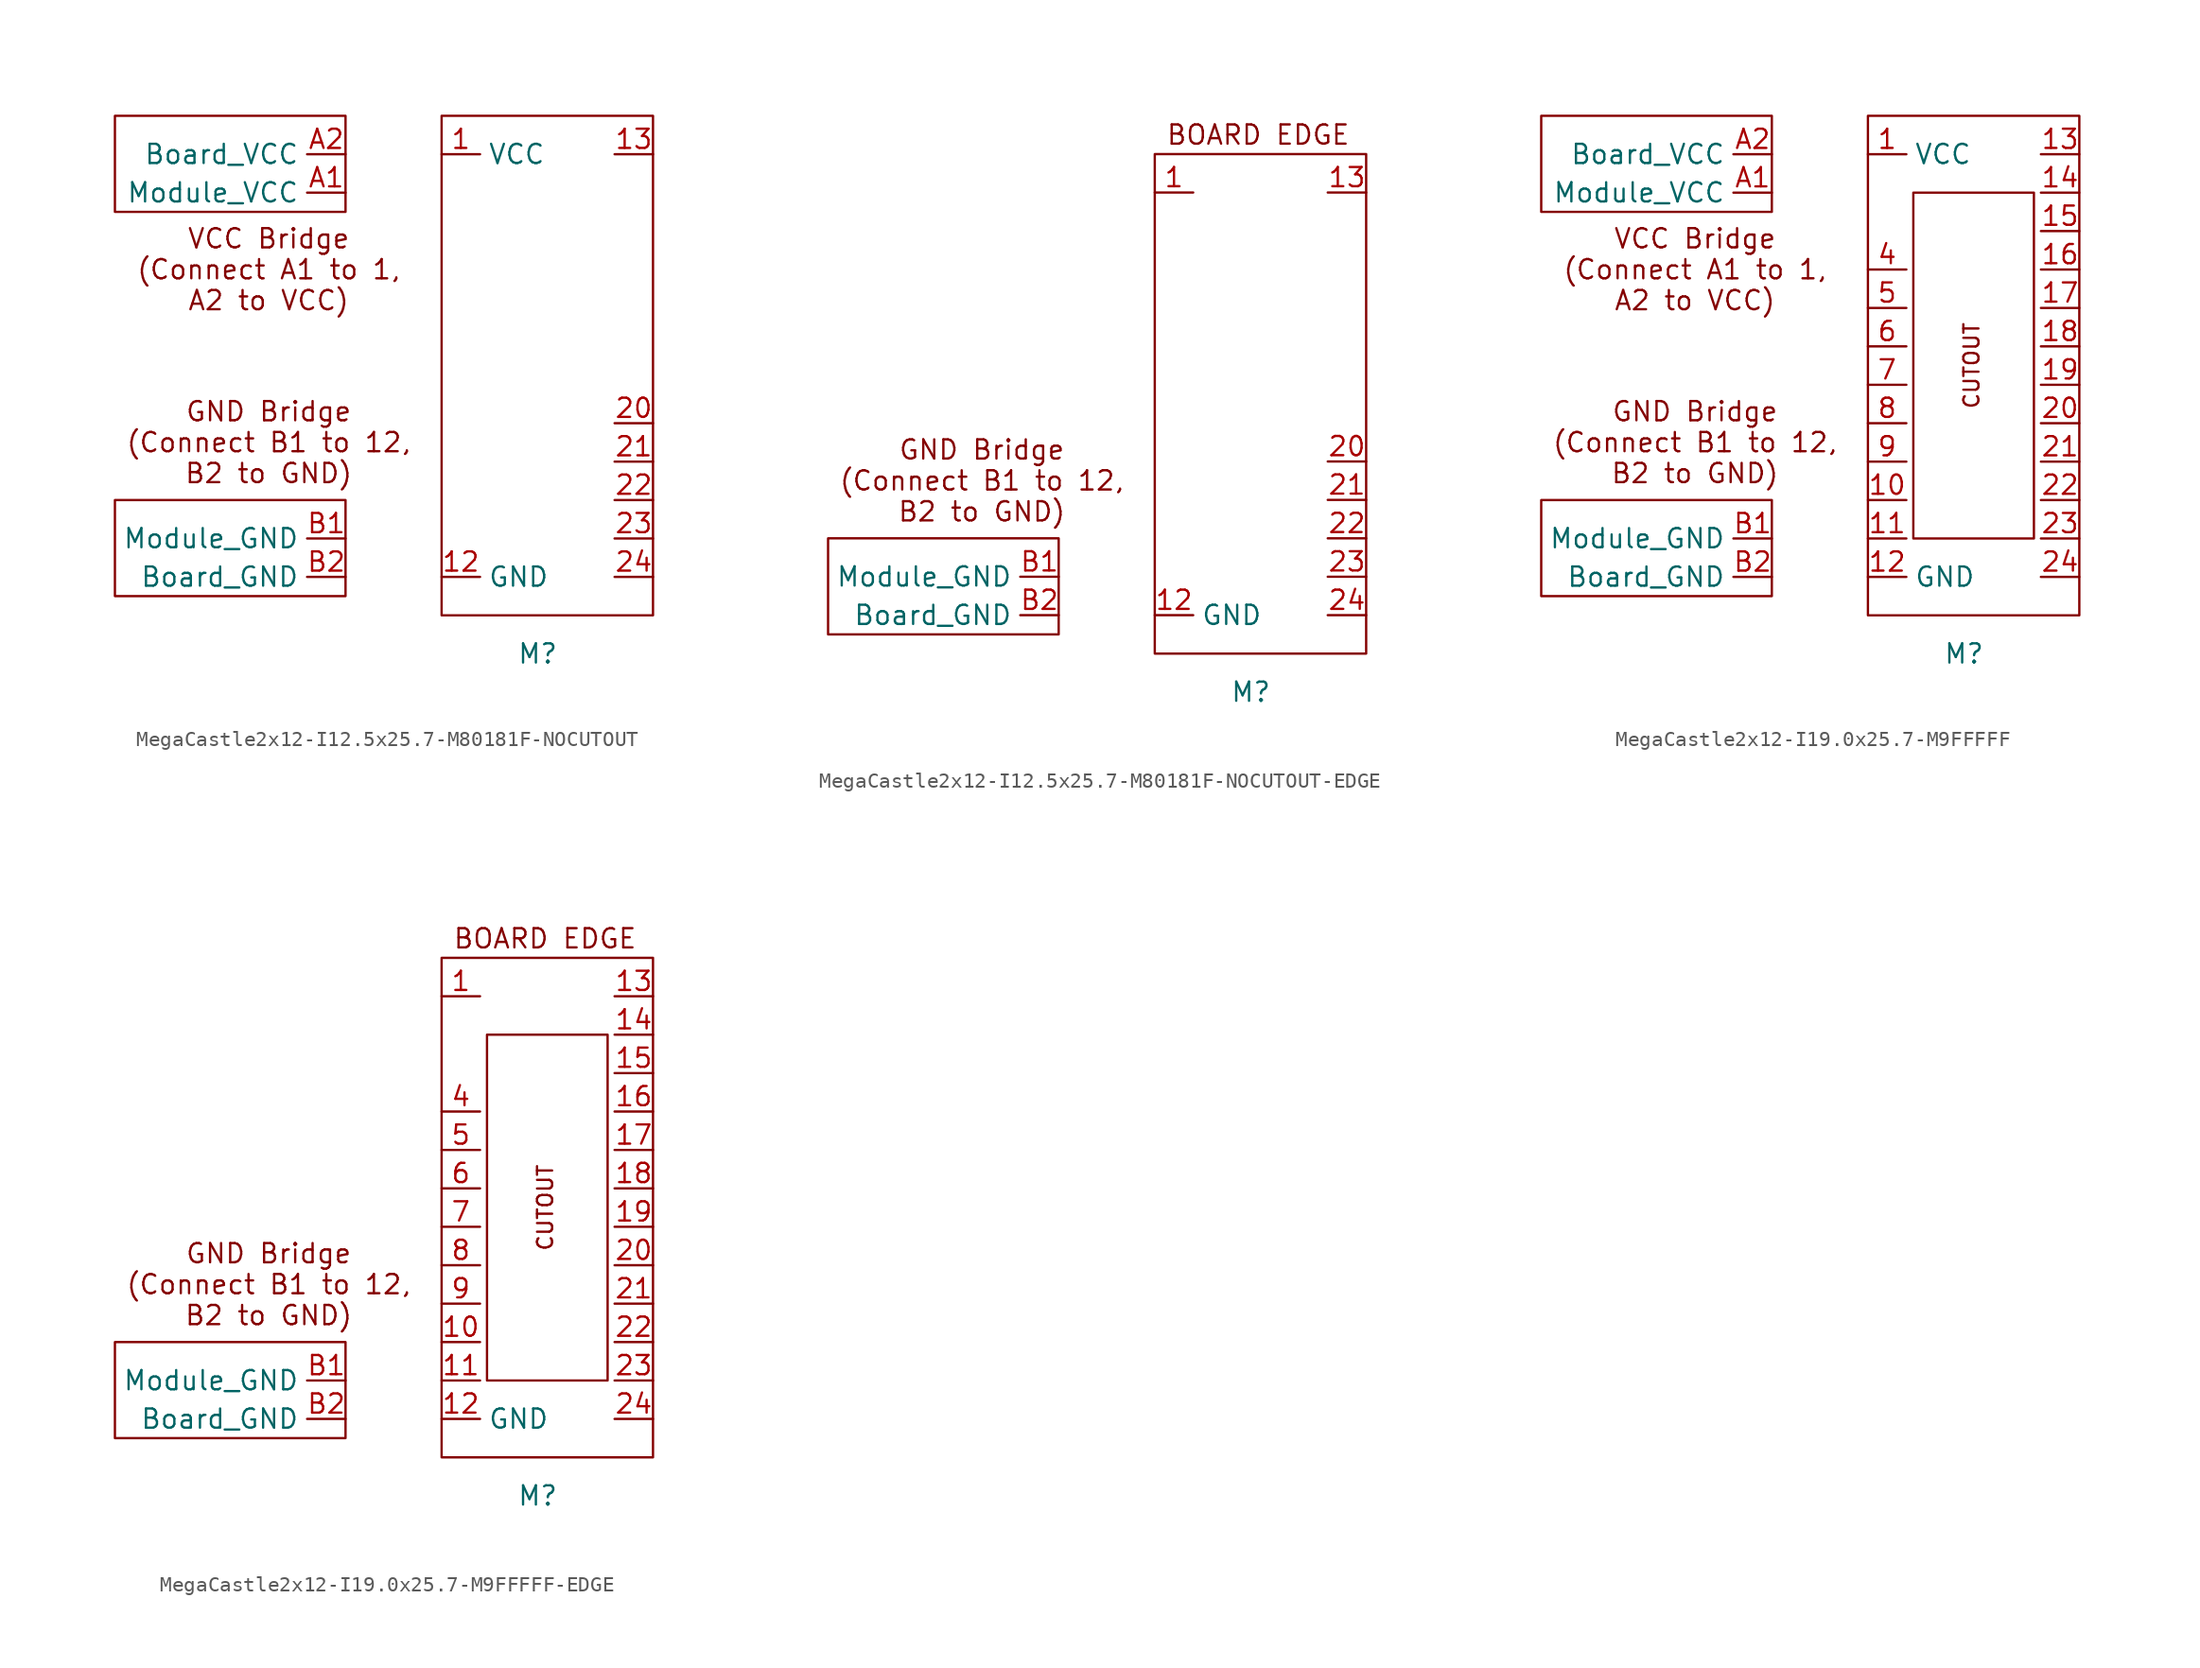
<source format=kicad_sym>
(kicad_symbol_lib
  (version 20241209)
  (generator "kicad_symbol_editor")
  (generator_version "9.0")
  (symbol "MegaCastle2x12-I12.5x25.7-M80181F-NOCUTOUT"
    (property "Reference" "M"
      (at 0 -19.05 0)
      (effects (font (size 1.27 1.27))))
    (property "Value" ""
      (at 0 5.08 0)
      (effects (font (size 1.27 1.27))))
    (symbol "MegaCastle2x12-I12.5x25.7-M80181F-NOCUTOUT_0_1"
      (rectangle (start -27.94 16.51) (end -12.7 10.16) (stroke (width 0) (type default)) (fill (type none)))
      (rectangle (start -27.94 -8.89) (end -12.7 -15.24) (stroke (width 0) (type default)) (fill (type none)))
      (rectangle (start -6.35 16.51) (end 7.62 -16.51) (stroke (width 0) (type default)) (fill (type none))))
    (symbol "MegaCastle2x12-I12.5x25.7-M80181F-NOCUTOUT_1_1"
      (text "VCC Bridge\n(Connect A1 to 1,\nA2 to VCC)" (at -17.78 6.35 0) (effects (font (size 1.27 1.27))))
      (text "GND Bridge\n(Connect B1 to 12,\nB2 to GND)" (at -17.78 -5.08 0) (effects (font (size 1.27 1.27))))
      (pin bidirectional line (at -12.7 13.97 180) (length 2.54) (name "Board_VCC" (effects (font (size 1.27 1.27)))) (number "A2" (effects (font (size 1.27 1.27)))))
      (pin bidirectional line (at -12.7 11.43 180) (length 2.54) (name "Module_VCC" (effects (font (size 1.27 1.27)))) (number "A1" (effects (font (size 1.27 1.27)))))
      (pin bidirectional line (at -12.7 -11.43 180) (length 2.54) (name "Module_GND" (effects (font (size 1.27 1.27)))) (number "B1" (effects (font (size 1.27 1.27)))))
      (pin bidirectional line (at -12.7 -13.97 180) (length 2.54) (name "Board_GND" (effects (font (size 1.27 1.27)))) (number "B2" (effects (font (size 1.27 1.27)))))
      (pin bidirectional line (at -6.35 13.97 0) (length 2.54) (name "VCC" (effects (font (size 1.27 1.27)))) (number "1" (effects (font (size 1.27 1.27)))))
      (pin bidirectional line (at -6.35 -13.97 0) (length 2.54) (name "GND" (effects (font (size 1.27 1.27)))) (number "12" (effects (font (size 1.27 1.27)))))
      (pin bidirectional line (at 7.62 13.97 180) (length 2.54) (name "" (effects (font (size 1.27 1.27)))) (number "13" (effects (font (size 1.27 1.27)))))
      (pin bidirectional line (at 7.62 -3.81 180) (length 2.54) (name "" (effects (font (size 1.27 1.27)))) (number "20" (effects (font (size 1.27 1.27)))))
      (pin bidirectional line (at 7.62 -6.35 180) (length 2.54) (name "" (effects (font (size 1.27 1.27)))) (number "21" (effects (font (size 1.27 1.27)))))
      (pin bidirectional line (at 7.62 -8.89 180) (length 2.54) (name "" (effects (font (size 1.27 1.27)))) (number "22" (effects (font (size 1.27 1.27)))))
      (pin bidirectional line (at 7.62 -11.43 180) (length 2.54) (name "" (effects (font (size 1.27 1.27)))) (number "23" (effects (font (size 1.27 1.27)))))
      (pin bidirectional line (at 7.62 -13.97 180) (length 2.54) (name "" (effects (font (size 1.27 1.27)))) (number "24" (effects (font (size 1.27 1.27)))))))
  (symbol "MegaCastle2x12-I12.5x25.7-M80181F-NOCUTOUT-EDGE"
    (property "Reference" "M"
      (at 0 -19.05 0)
      (effects (font (size 1.27 1.27))))
    (property "Value" ""
      (at 0 5.08 0)
      (effects (font (size 1.27 1.27))))
    (symbol "MegaCastle2x12-I12.5x25.7-M80181F-NOCUTOUT-EDGE_0_1"
      (rectangle (start -27.94 -8.89) (end -12.7 -15.24) (stroke (width 0) (type default)) (fill (type none)))
      (rectangle (start -6.35 16.51) (end 7.62 -16.51) (stroke (width 0) (type default)) (fill (type none))))
    (symbol "MegaCastle2x12-I12.5x25.7-M80181F-NOCUTOUT-EDGE_1_1"
      (text "GND Bridge\n(Connect B1 to 12,\nB2 to GND)" (at -17.78 -5.08 0) (effects (font (size 1.27 1.27))))
      (text " BOARD EDGE" (at 0 17.78 0) (effects (font (size 1.27 1.27))))
      (pin bidirectional line (at -12.7 -11.43 180) (length 2.54) (name "Module_GND" (effects (font (size 1.27 1.27)))) (number "B1" (effects (font (size 1.27 1.27)))))
      (pin bidirectional line (at -12.7 -13.97 180) (length 2.54) (name "Board_GND" (effects (font (size 1.27 1.27)))) (number "B2" (effects (font (size 1.27 1.27)))))
      (pin bidirectional line (at -6.35 13.97 0) (length 2.54) (name "" (effects (font (size 1.27 1.27)))) (number "1" (effects (font (size 1.27 1.27)))))
      (pin bidirectional line (at -6.35 -13.97 0) (length 2.54) (name "GND" (effects (font (size 1.27 1.27)))) (number "12" (effects (font (size 1.27 1.27)))))
      (pin bidirectional line (at 7.62 13.97 180) (length 2.54) (name "" (effects (font (size 1.27 1.27)))) (number "13" (effects (font (size 1.27 1.27)))))
      (pin bidirectional line (at 7.62 -3.81 180) (length 2.54) (name "" (effects (font (size 1.27 1.27)))) (number "20" (effects (font (size 1.27 1.27)))))
      (pin bidirectional line (at 7.62 -6.35 180) (length 2.54) (name "" (effects (font (size 1.27 1.27)))) (number "21" (effects (font (size 1.27 1.27)))))
      (pin bidirectional line (at 7.62 -8.89 180) (length 2.54) (name "" (effects (font (size 1.27 1.27)))) (number "22" (effects (font (size 1.27 1.27)))))
      (pin bidirectional line (at 7.62 -11.43 180) (length 2.54) (name "" (effects (font (size 1.27 1.27)))) (number "23" (effects (font (size 1.27 1.27)))))
      (pin bidirectional line (at 7.62 -13.97 180) (length 2.54) (name "" (effects (font (size 1.27 1.27)))) (number "24" (effects (font (size 1.27 1.27)))))))
  (symbol "MegaCastle2x12-I19.0x25.7-M9FFFFF"
    (property "Reference" "M"
      (at 0 -19.05 0)
      (effects (font (size 1.27 1.27))))
    (property "Value" ""
      (at 0 5.08 0)
      (effects (font (size 1.27 1.27))))
    (symbol "MegaCastle2x12-I19.0x25.7-M9FFFFF_0_1"
      (rectangle (start -27.94 16.51) (end -12.7 10.16) (stroke (width 0) (type default)) (fill (type none)))
      (rectangle (start -27.94 -8.89) (end -12.7 -15.24) (stroke (width 0) (type default)) (fill (type none)))
      (rectangle (start -6.35 16.51) (end 7.62 -16.51) (stroke (width 0) (type default)) (fill (type none)))
      (rectangle (start -3.35 11.43) (end 4.62 -11.43) (stroke (width 0) (type default)) (fill (type none))))
    (symbol "MegaCastle2x12-I19.0x25.7-M9FFFFF_1_1"
      (text "VCC Bridge\n(Connect A1 to 1,\nA2 to VCC)" (at -17.78 6.35 0) (effects (font (size 1.27 1.27))))
      (text "GND Bridge\n(Connect B1 to 12,\nB2 to GND)" (at -17.78 -5.08 0) (effects (font (size 1.27 1.27))))
      (text "CUTOUT" (at 0.5 0 900) (effects (font (size 1 1))))
      (pin bidirectional line (at -12.7 13.97 180) (length 2.54) (name "Board_VCC" (effects (font (size 1.27 1.27)))) (number "A2" (effects (font (size 1.27 1.27)))))
      (pin bidirectional line (at -12.7 11.43 180) (length 2.54) (name "Module_VCC" (effects (font (size 1.27 1.27)))) (number "A1" (effects (font (size 1.27 1.27)))))
      (pin bidirectional line (at -12.7 -11.43 180) (length 2.54) (name "Module_GND" (effects (font (size 1.27 1.27)))) (number "B1" (effects (font (size 1.27 1.27)))))
      (pin bidirectional line (at -12.7 -13.97 180) (length 2.54) (name "Board_GND" (effects (font (size 1.27 1.27)))) (number "B2" (effects (font (size 1.27 1.27)))))
      (pin bidirectional line (at -6.35 13.97 0) (length 2.54) (name "VCC" (effects (font (size 1.27 1.27)))) (number "1" (effects (font (size 1.27 1.27)))))
      (pin bidirectional line (at -6.35 6.35 0) (length 2.54) (name "" (effects (font (size 1.27 1.27)))) (number "4" (effects (font (size 1.27 1.27)))))
      (pin bidirectional line (at -6.35 3.81 0) (length 2.54) (name "" (effects (font (size 1.27 1.27)))) (number "5" (effects (font (size 1.27 1.27)))))
      (pin bidirectional line (at -6.35 1.27 0) (length 2.54) (name "" (effects (font (size 1.27 1.27)))) (number "6" (effects (font (size 1.27 1.27)))))
      (pin bidirectional line (at -6.35 -1.27 0) (length 2.54) (name "" (effects (font (size 1.27 1.27)))) (number "7" (effects (font (size 1.27 1.27)))))
      (pin bidirectional line (at -6.35 -3.81 0) (length 2.54) (name "" (effects (font (size 1.27 1.27)))) (number "8" (effects (font (size 1.27 1.27)))))
      (pin bidirectional line (at -6.35 -6.35 0) (length 2.54) (name "" (effects (font (size 1.27 1.27)))) (number "9" (effects (font (size 1.27 1.27)))))
      (pin bidirectional line (at -6.35 -8.89 0) (length 2.54) (name "" (effects (font (size 1.27 1.27)))) (number "10" (effects (font (size 1.27 1.27)))))
      (pin bidirectional line (at -6.35 -11.43 0) (length 2.54) (name "" (effects (font (size 1.27 1.27)))) (number "11" (effects (font (size 1.27 1.27)))))
      (pin bidirectional line (at -6.35 -13.97 0) (length 2.54) (name "GND" (effects (font (size 1.27 1.27)))) (number "12" (effects (font (size 1.27 1.27)))))
      (pin bidirectional line (at 7.62 13.97 180) (length 2.54) (name "" (effects (font (size 1.27 1.27)))) (number "13" (effects (font (size 1.27 1.27)))))
      (pin bidirectional line (at 7.62 11.43 180) (length 2.54) (name "" (effects (font (size 1.27 1.27)))) (number "14" (effects (font (size 1.27 1.27)))))
      (pin bidirectional line (at 7.62 8.89 180) (length 2.54) (name "" (effects (font (size 1.27 1.27)))) (number "15" (effects (font (size 1.27 1.27)))))
      (pin bidirectional line (at 7.62 6.35 180) (length 2.54) (name "" (effects (font (size 1.27 1.27)))) (number "16" (effects (font (size 1.27 1.27)))))
      (pin bidirectional line (at 7.62 3.81 180) (length 2.54) (name "" (effects (font (size 1.27 1.27)))) (number "17" (effects (font (size 1.27 1.27)))))
      (pin bidirectional line (at 7.62 1.27 180) (length 2.54) (name "" (effects (font (size 1.27 1.27)))) (number "18" (effects (font (size 1.27 1.27)))))
      (pin bidirectional line (at 7.62 -1.27 180) (length 2.54) (name "" (effects (font (size 1.27 1.27)))) (number "19" (effects (font (size 1.27 1.27)))))
      (pin bidirectional line (at 7.62 -3.81 180) (length 2.54) (name "" (effects (font (size 1.27 1.27)))) (number "20" (effects (font (size 1.27 1.27)))))
      (pin bidirectional line (at 7.62 -6.35 180) (length 2.54) (name "" (effects (font (size 1.27 1.27)))) (number "21" (effects (font (size 1.27 1.27)))))
      (pin bidirectional line (at 7.62 -8.89 180) (length 2.54) (name "" (effects (font (size 1.27 1.27)))) (number "22" (effects (font (size 1.27 1.27)))))
      (pin bidirectional line (at 7.62 -11.43 180) (length 2.54) (name "" (effects (font (size 1.27 1.27)))) (number "23" (effects (font (size 1.27 1.27)))))
      (pin bidirectional line (at 7.62 -13.97 180) (length 2.54) (name "" (effects (font (size 1.27 1.27)))) (number "24" (effects (font (size 1.27 1.27)))))))
  (symbol "MegaCastle2x12-I19.0x25.7-M9FFFFF-EDGE"
    (property "Reference" "M"
      (at 0 -19.05 0)
      (effects (font (size 1.27 1.27))))
    (property "Value" ""
      (at 0 5.08 0)
      (effects (font (size 1.27 1.27))))
    (symbol "MegaCastle2x12-I19.0x25.7-M9FFFFF-EDGE_0_1"
      (rectangle (start -27.94 -8.89) (end -12.7 -15.24) (stroke (width 0) (type default)) (fill (type none)))
      (rectangle (start -6.35 16.51) (end 7.62 -16.51) (stroke (width 0) (type default)) (fill (type none)))
      (rectangle (start -3.35 11.43) (end 4.62 -11.43) (stroke (width 0) (type default)) (fill (type none))))
    (symbol "MegaCastle2x12-I19.0x25.7-M9FFFFF-EDGE_1_1"
      (text "GND Bridge\n(Connect B1 to 12,\nB2 to GND)" (at -17.78 -5.08 0) (effects (font (size 1.27 1.27))))
      (text " BOARD EDGE" (at 0 17.78 0) (effects (font (size 1.27 1.27))))
      (text "CUTOUT" (at 0.5 0 900) (effects (font (size 1 1))))
      (pin bidirectional line (at -12.7 -11.43 180) (length 2.54) (name "Module_GND" (effects (font (size 1.27 1.27)))) (number "B1" (effects (font (size 1.27 1.27)))))
      (pin bidirectional line (at -12.7 -13.97 180) (length 2.54) (name "Board_GND" (effects (font (size 1.27 1.27)))) (number "B2" (effects (font (size 1.27 1.27)))))
      (pin bidirectional line (at -6.35 13.97 0) (length 2.54) (name "" (effects (font (size 1.27 1.27)))) (number "1" (effects (font (size 1.27 1.27)))))
      (pin bidirectional line (at -6.35 6.35 0) (length 2.54) (name "" (effects (font (size 1.27 1.27)))) (number "4" (effects (font (size 1.27 1.27)))))
      (pin bidirectional line (at -6.35 3.81 0) (length 2.54) (name "" (effects (font (size 1.27 1.27)))) (number "5" (effects (font (size 1.27 1.27)))))
      (pin bidirectional line (at -6.35 1.27 0) (length 2.54) (name "" (effects (font (size 1.27 1.27)))) (number "6" (effects (font (size 1.27 1.27)))))
      (pin bidirectional line (at -6.35 -1.27 0) (length 2.54) (name "" (effects (font (size 1.27 1.27)))) (number "7" (effects (font (size 1.27 1.27)))))
      (pin bidirectional line (at -6.35 -3.81 0) (length 2.54) (name "" (effects (font (size 1.27 1.27)))) (number "8" (effects (font (size 1.27 1.27)))))
      (pin bidirectional line (at -6.35 -6.35 0) (length 2.54) (name "" (effects (font (size 1.27 1.27)))) (number "9" (effects (font (size 1.27 1.27)))))
      (pin bidirectional line (at -6.35 -8.89 0) (length 2.54) (name "" (effects (font (size 1.27 1.27)))) (number "10" (effects (font (size 1.27 1.27)))))
      (pin bidirectional line (at -6.35 -11.43 0) (length 2.54) (name "" (effects (font (size 1.27 1.27)))) (number "11" (effects (font (size 1.27 1.27)))))
      (pin bidirectional line (at -6.35 -13.97 0) (length 2.54) (name "GND" (effects (font (size 1.27 1.27)))) (number "12" (effects (font (size 1.27 1.27)))))
      (pin bidirectional line (at 7.62 13.97 180) (length 2.54) (name "" (effects (font (size 1.27 1.27)))) (number "13" (effects (font (size 1.27 1.27)))))
      (pin bidirectional line (at 7.62 11.43 180) (length 2.54) (name "" (effects (font (size 1.27 1.27)))) (number "14" (effects (font (size 1.27 1.27)))))
      (pin bidirectional line (at 7.62 8.89 180) (length 2.54) (name "" (effects (font (size 1.27 1.27)))) (number "15" (effects (font (size 1.27 1.27)))))
      (pin bidirectional line (at 7.62 6.35 180) (length 2.54) (name "" (effects (font (size 1.27 1.27)))) (number "16" (effects (font (size 1.27 1.27)))))
      (pin bidirectional line (at 7.62 3.81 180) (length 2.54) (name "" (effects (font (size 1.27 1.27)))) (number "17" (effects (font (size 1.27 1.27)))))
      (pin bidirectional line (at 7.62 1.27 180) (length 2.54) (name "" (effects (font (size 1.27 1.27)))) (number "18" (effects (font (size 1.27 1.27)))))
      (pin bidirectional line (at 7.62 -1.27 180) (length 2.54) (name "" (effects (font (size 1.27 1.27)))) (number "19" (effects (font (size 1.27 1.27)))))
      (pin bidirectional line (at 7.62 -3.81 180) (length 2.54) (name "" (effects (font (size 1.27 1.27)))) (number "20" (effects (font (size 1.27 1.27)))))
      (pin bidirectional line (at 7.62 -6.35 180) (length 2.54) (name "" (effects (font (size 1.27 1.27)))) (number "21" (effects (font (size 1.27 1.27)))))
      (pin bidirectional line (at 7.62 -8.89 180) (length 2.54) (name "" (effects (font (size 1.27 1.27)))) (number "22" (effects (font (size 1.27 1.27)))))
      (pin bidirectional line (at 7.62 -11.43 180) (length 2.54) (name "" (effects (font (size 1.27 1.27)))) (number "23" (effects (font (size 1.27 1.27)))))
      (pin bidirectional line (at 7.62 -13.97 180) (length 2.54) (name "" (effects (font (size 1.27 1.27)))) (number "24" (effects (font (size 1.27 1.27))))))))
</source>
